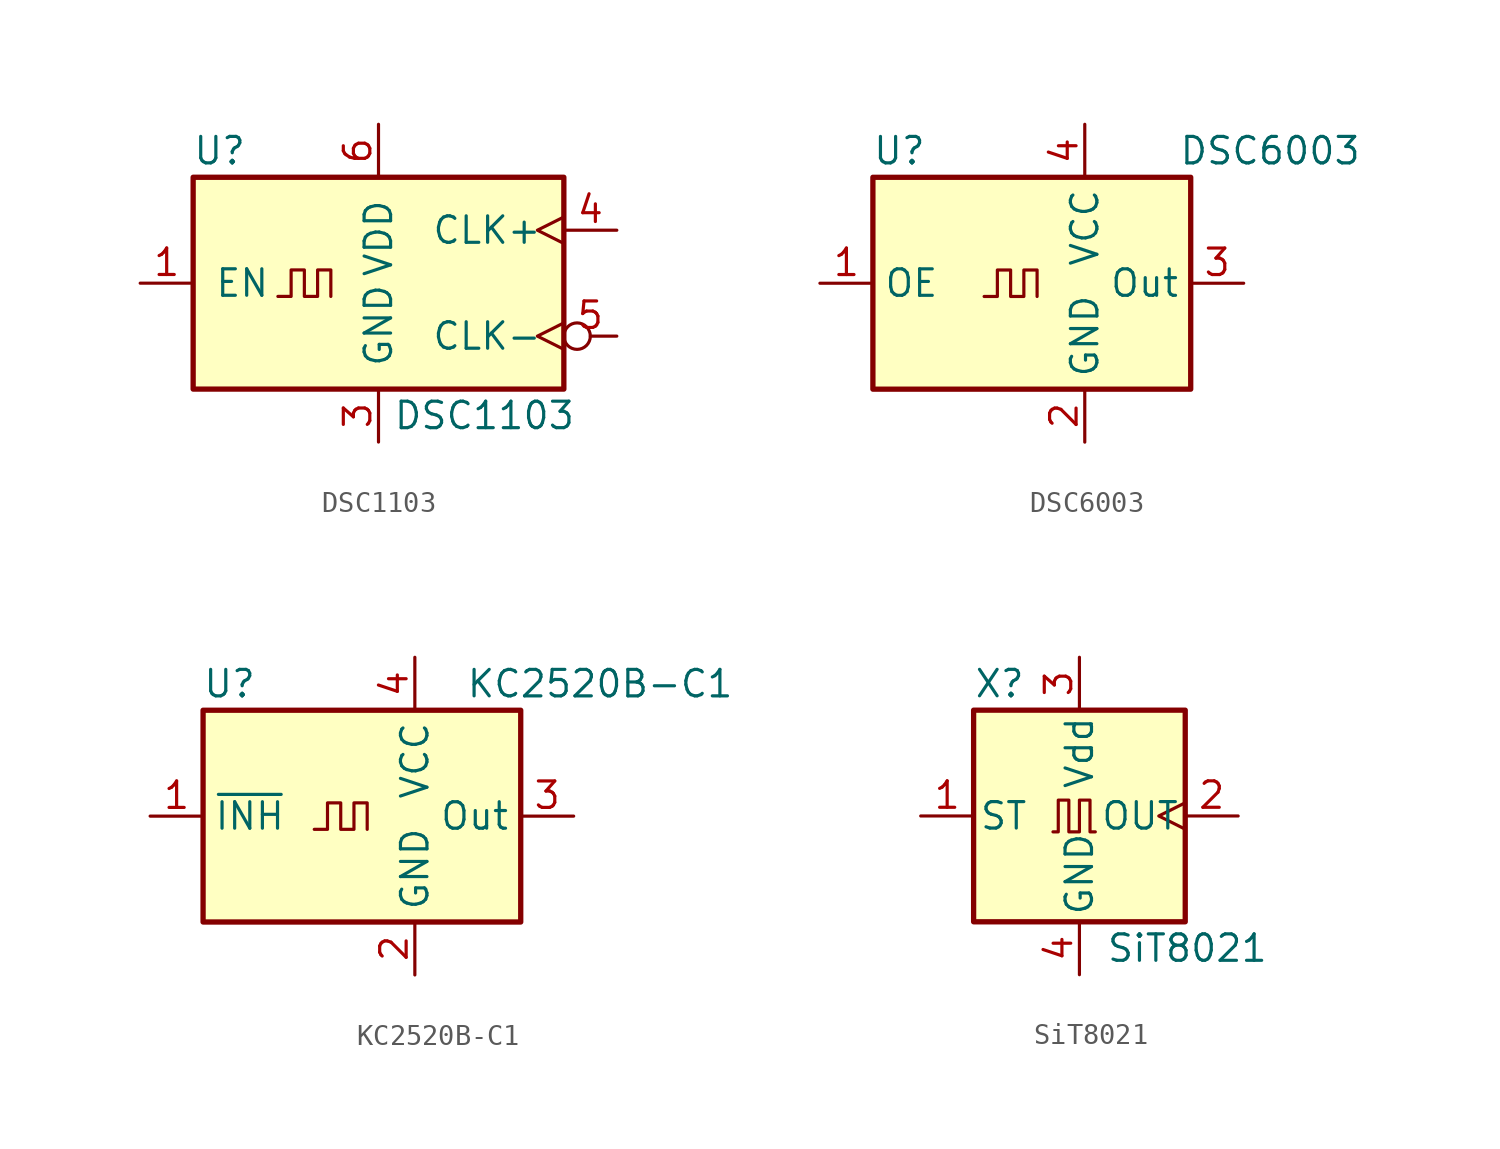
<source format=kicad_sym>
(kicad_symbol_lib
  (version 20201005)
  (generator kicad_symbol_editor)
  (symbol "DSC1103"
    (pin_names
      (offset 1.016))
    (property "Reference" "U"
      (at -7.62 6.35 0)
      (effects (font (size 1.27 1.27))))
    (property "Value" "DSC1103"
      (at 5.08 -6.35 0)
      (effects (font (size 1.27 1.27))))
    (symbol "DSC1103_1_1"
      (rectangle (start -8.89 5.08) (end 8.89 -5.08) (stroke (width 0.254)) (fill (type background)))
      (polyline (pts (xy -4.826 -0.635) (xy -4.191 -0.635) (xy -4.191 0.635) (xy -3.556 0.635) (xy -3.556 -0.635) (xy -2.921 -0.635) (xy -2.921 0.635) (xy -2.286 0.635) (xy -2.286 -0.635)) (stroke (width 0)) (fill (type none)))
      (pin input line (at -11.43 0 0) (length 2.54) (name "EN" (effects (font (size 1.27 1.27)))) (number "1" (effects (font (size 1.27 1.27)))))
      (pin no_connect line (at -11.43 -2.54 0) (length 2.54) hide (name "NC" (effects (font (size 1.27 1.27)))) (number "2" (effects (font (size 1.27 1.27)))))
      (pin power_in line (at 0 -7.62 90) (length 2.54) (name "GND" (effects (font (size 1.27 1.27)))) (number "3" (effects (font (size 1.27 1.27)))))
      (pin output clock (at 11.43 2.54 180) (length 2.54) (name "CLK+" (effects (font (size 1.27 1.27)))) (number "4" (effects (font (size 1.27 1.27)))))
      (pin output inverted_clock (at 11.43 -2.54 180) (length 2.54) (name "CLK-" (effects (font (size 1.27 1.27)))) (number "5" (effects (font (size 1.27 1.27)))))
      (pin power_in line (at 0 7.62 270) (length 2.54) (name "VDD" (effects (font (size 1.27 1.27)))) (number "6" (effects (font (size 1.27 1.27)))))))
  (symbol "DSC6003"
    (property "Reference" "U"
      (at -6.35 6.35 0)
      (effects (font (size 1.27 1.27))))
    (property "Value" "DSC6003"
      (at 11.43 6.35 0)
      (effects (font (size 1.27 1.27))))
    (symbol "DSC6003_1_1"
      (rectangle (start -7.62 5.08) (end 7.62 -5.08) (stroke (width 0.254)) (fill (type background)))
      (polyline (pts (xy -2.286 -0.635) (xy -1.651 -0.635) (xy -1.651 0.635) (xy -1.016 0.635) (xy -1.016 -0.635) (xy -0.381 -0.635) (xy -0.381 0.635) (xy 0.254 0.635) (xy 0.254 -0.635)) (stroke (width 0)) (fill (type none)))
      (pin input line (at -10.16 0 0) (length 2.54) (name "OE" (effects (font (size 1.27 1.27)))) (number "1" (effects (font (size 1.27 1.27)))))
      (pin power_in line (at 2.54 -7.62 90) (length 2.54) (name "GND" (effects (font (size 1.27 1.27)))) (number "2" (effects (font (size 1.27 1.27)))))
      (pin output line (at 10.16 0 180) (length 2.54) (name "Out" (effects (font (size 1.27 1.27)))) (number "3" (effects (font (size 1.27 1.27)))))
      (pin power_in line (at 2.54 7.62 270) (length 2.54) (name "VCC" (effects (font (size 1.27 1.27)))) (number "4" (effects (font (size 1.27 1.27)))))))
  (symbol "KC2520B-C1"
    (property "Reference" "U"
      (at -6.35 6.35 0)
      (effects (font (size 1.27 1.27))))
    (property "Value" "KC2520B-C1"
      (at 11.43 6.35 0)
      (effects (font (size 1.27 1.27))))
    (symbol "KC2520B-C1_1_1"
      (rectangle (start -7.62 5.08) (end 7.62 -5.08) (stroke (width 0.254)) (fill (type background)))
      (polyline (pts (xy -2.286 -0.635) (xy -1.651 -0.635) (xy -1.651 0.635) (xy -1.016 0.635) (xy -1.016 -0.635) (xy -0.381 -0.635) (xy -0.381 0.635) (xy 0.254 0.635) (xy 0.254 -0.635)) (stroke (width 0)) (fill (type none)))
      (pin input line (at -10.16 0 0) (length 2.54) (name "~INH" (effects (font (size 1.27 1.27)))) (number "1" (effects (font (size 1.27 1.27)))))
      (pin power_in line (at 2.54 -7.62 90) (length 2.54) (name "GND" (effects (font (size 1.27 1.27)))) (number "2" (effects (font (size 1.27 1.27)))))
      (pin output line (at 10.16 0 180) (length 2.54) (name "Out" (effects (font (size 1.27 1.27)))) (number "3" (effects (font (size 1.27 1.27)))))
      (pin power_in line (at 2.54 7.62 270) (length 2.54) (name "VCC" (effects (font (size 1.27 1.27)))) (number "4" (effects (font (size 1.27 1.27)))))))
  (symbol "SiT8021"
    (pin_names
      (offset 0.254))
    (property "Reference" "X"
      (at -5.08 6.35 0)
      (effects (font (size 1.27 1.27)) (justify left)))
    (property "Value" "SiT8021"
      (at 1.27 -6.35 0)
      (effects (font (size 1.27 1.27)) (justify left)))
    (symbol "SiT8021_0_1"
      (rectangle (start -5.08 5.08) (end 5.08 -5.08) (stroke (width 0.254)) (fill (type background)))
      (polyline (pts (xy -1.27 -0.762) (xy -1.016 -0.762) (xy -1.016 0.762) (xy -0.508 0.762) (xy -0.508 -0.762) (xy 0 -0.762) (xy 0 0.762) (xy 0.508 0.762) (xy 0.508 -0.762) (xy 0.762 -0.762)) (stroke (width 0)) (fill (type none))))
    (symbol "SiT8021_1_1"
      (pin input line (at -7.62 0 0) (length 2.54) (name "ST" (effects (font (size 1.27 1.27)))) (number "1" (effects (font (size 1.27 1.27)))))
      (pin output clock (at 7.62 0 180) (length 2.54) (name "OUT" (effects (font (size 1.27 1.27)))) (number "2" (effects (font (size 1.27 1.27)))))
      (pin power_in line (at 0 7.62 270) (length 2.54) (name "Vdd" (effects (font (size 1.27 1.27)))) (number "3" (effects (font (size 1.27 1.27)))))
      (pin power_in line (at 0 -7.62 90) (length 2.54) (name "GND" (effects (font (size 1.27 1.27)))) (number "4" (effects (font (size 1.27 1.27))))))))
</source>
